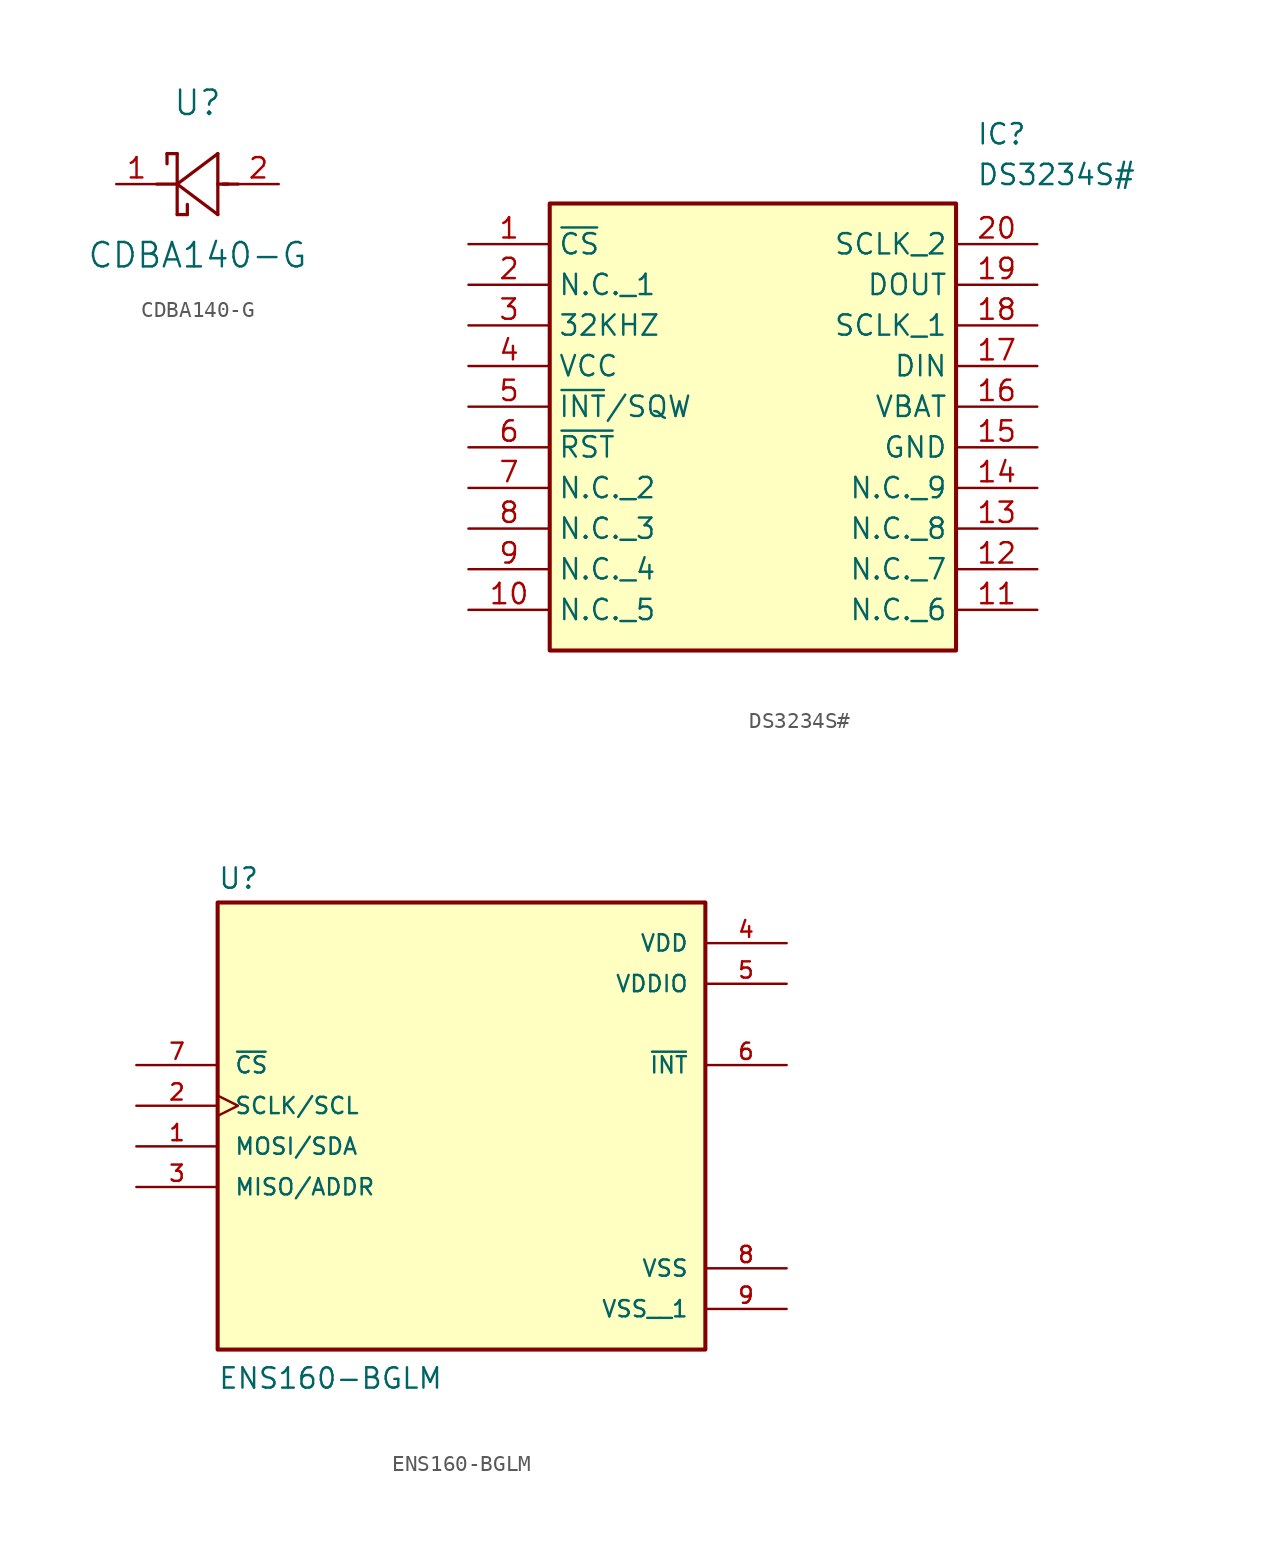
<source format=kicad_sym>
(kicad_symbol_lib
  (version 20231120)
  (generator "kicad_symbol_editor")
  (generator_version "8.0")
  (symbol "CDBA140-G"
    (pin_names
      (offset 0.254))
    (property "Reference" "U"
      (at 5.08 5.08 0)
      (effects (font (size 1.524 1.524))))
    (property "Value" "CDBA140-G"
      (at 5.08 -4.445 0)
      (effects (font (size 1.524 1.524))))
    (property "ki_locked" ""
      (at 0 0 0)
      (effects (font (size 1.27 1.27))))
    (symbol "CDBA140-G_0_1"
      (polyline (pts (xy 3.175 1.905) (xy 3.175 1.27)) (stroke (width 0.203) (type default)) (fill (type none)))
      (polyline (pts (xy 3.175 1.905) (xy 3.81 1.905)) (stroke (width 0.203) (type default)) (fill (type none)))
      (polyline (pts (xy 3.81 0) (xy 2.54 0)) (stroke (width 0.203) (type default)) (fill (type none)))
      (polyline (pts (xy 3.81 0) (xy 6.35 -1.905)) (stroke (width 0.203) (type default)) (fill (type none)))
      (polyline (pts (xy 3.81 1.905) (xy 3.81 -1.905)) (stroke (width 0.203) (type default)) (fill (type none)))
      (polyline (pts (xy 4.445 -1.905) (xy 3.81 -1.905)) (stroke (width 0.203) (type default)) (fill (type none)))
      (polyline (pts (xy 4.445 -1.905) (xy 4.445 -1.27)) (stroke (width 0.203) (type default)) (fill (type none)))
      (polyline (pts (xy 6.35 -1.905) (xy 6.35 1.905)) (stroke (width 0.203) (type default)) (fill (type none)))
      (polyline (pts (xy 6.35 1.905) (xy 3.81 0)) (stroke (width 0.203) (type default)) (fill (type none)))
      (polyline (pts (xy 6.985 0) (xy 6.35 0)) (stroke (width 0.203) (type default)) (fill (type none)))
      (polyline (pts (xy 7.62 0) (xy 6.68 0)) (stroke (width 0.203) (type default)) (fill (type none)))
      (pin unspecified line (at 0 0 0) (length 2.54) (name "" (effects (font (size 1.27 1.27)))) (number "1" (effects (font (size 1.27 1.27)))))
      (pin unspecified line (at 10.16 0 180) (length 2.54) (name "" (effects (font (size 1.27 1.27)))) (number "2" (effects (font (size 1.27 1.27)))))))
  (symbol "DS3234S#"
    (property "Reference" "IC"
      (at 31.75 7.62 0)
      (effects (font (size 1.27 1.27)) (justify left top)))
    (property "Value" "DS3234S#"
      (at 31.75 5.08 0)
      (effects (font (size 1.27 1.27)) (justify left top)))
    (symbol "DS3234S#_1_1"
      (rectangle (start 5.08 2.54) (end 30.48 -25.4) (stroke (width 0.254) (type default)) (fill (type background)))
      (pin passive line (at 0 0 0) (length 5.08) (name "~{CS}" (effects (font (size 1.27 1.27)))) (number "1" (effects (font (size 1.27 1.27)))))
      (pin passive line (at 0 -22.86 0) (length 5.08) (name "N.C._5" (effects (font (size 1.27 1.27)))) (number "10" (effects (font (size 1.27 1.27)))))
      (pin passive line (at 35.56 -22.86 180) (length 5.08) (name "N.C._6" (effects (font (size 1.27 1.27)))) (number "11" (effects (font (size 1.27 1.27)))))
      (pin passive line (at 35.56 -20.32 180) (length 5.08) (name "N.C._7" (effects (font (size 1.27 1.27)))) (number "12" (effects (font (size 1.27 1.27)))))
      (pin passive line (at 35.56 -17.78 180) (length 5.08) (name "N.C._8" (effects (font (size 1.27 1.27)))) (number "13" (effects (font (size 1.27 1.27)))))
      (pin passive line (at 35.56 -15.24 180) (length 5.08) (name "N.C._9" (effects (font (size 1.27 1.27)))) (number "14" (effects (font (size 1.27 1.27)))))
      (pin passive line (at 35.56 -12.7 180) (length 5.08) (name "GND" (effects (font (size 1.27 1.27)))) (number "15" (effects (font (size 1.27 1.27)))))
      (pin passive line (at 35.56 -10.16 180) (length 5.08) (name "VBAT" (effects (font (size 1.27 1.27)))) (number "16" (effects (font (size 1.27 1.27)))))
      (pin passive line (at 35.56 -7.62 180) (length 5.08) (name "DIN" (effects (font (size 1.27 1.27)))) (number "17" (effects (font (size 1.27 1.27)))))
      (pin passive line (at 35.56 -5.08 180) (length 5.08) (name "SCLK_1" (effects (font (size 1.27 1.27)))) (number "18" (effects (font (size 1.27 1.27)))))
      (pin passive line (at 35.56 -2.54 180) (length 5.08) (name "DOUT" (effects (font (size 1.27 1.27)))) (number "19" (effects (font (size 1.27 1.27)))))
      (pin passive line (at 0 -2.54 0) (length 5.08) (name "N.C._1" (effects (font (size 1.27 1.27)))) (number "2" (effects (font (size 1.27 1.27)))))
      (pin passive line (at 35.56 0 180) (length 5.08) (name "SCLK_2" (effects (font (size 1.27 1.27)))) (number "20" (effects (font (size 1.27 1.27)))))
      (pin passive line (at 0 -5.08 0) (length 5.08) (name "32KHZ" (effects (font (size 1.27 1.27)))) (number "3" (effects (font (size 1.27 1.27)))))
      (pin passive line (at 0 -7.62 0) (length 5.08) (name "VCC" (effects (font (size 1.27 1.27)))) (number "4" (effects (font (size 1.27 1.27)))))
      (pin passive line (at 0 -10.16 0) (length 5.08) (name "~{INT}/SQW" (effects (font (size 1.27 1.27)))) (number "5" (effects (font (size 1.27 1.27)))))
      (pin passive line (at 0 -12.7 0) (length 5.08) (name "~{RST}" (effects (font (size 1.27 1.27)))) (number "6" (effects (font (size 1.27 1.27)))))
      (pin passive line (at 0 -15.24 0) (length 5.08) (name "N.C._2" (effects (font (size 1.27 1.27)))) (number "7" (effects (font (size 1.27 1.27)))))
      (pin passive line (at 0 -17.78 0) (length 5.08) (name "N.C._3" (effects (font (size 1.27 1.27)))) (number "8" (effects (font (size 1.27 1.27)))))
      (pin passive line (at 0 -20.32 0) (length 5.08) (name "N.C._4" (effects (font (size 1.27 1.27)))) (number "9" (effects (font (size 1.27 1.27)))))))
  (symbol "ENS160-BGLM"
    (pin_names
      (offset 1.016))
    (property "Reference" "U"
      (at -15.24 13.462 0)
      (effects (font (size 1.27 1.27)) (justify left bottom)))
    (property "Value" "ENS160-BGLM"
      (at -15.24 -17.78 0)
      (effects (font (size 1.27 1.27)) (justify left bottom)))
    (symbol "ENS160-BGLM_0_0"
      (rectangle (start -15.24 -15.24) (end 15.24 12.7) (stroke (width 0.254) (type default)) (fill (type background)))
      (pin bidirectional line (at -20.32 -2.54 0) (length 5.08) (name "MOSI/SDA" (effects (font (size 1.016 1.016)))) (number "1" (effects (font (size 1.016 1.016)))))
      (pin input clock (at -20.32 0 0) (length 5.08) (name "SCLK/SCL" (effects (font (size 1.016 1.016)))) (number "2" (effects (font (size 1.016 1.016)))))
      (pin bidirectional line (at -20.32 -5.08 0) (length 5.08) (name "MISO/ADDR" (effects (font (size 1.016 1.016)))) (number "3" (effects (font (size 1.016 1.016)))))
      (pin power_in line (at 20.32 10.16 180) (length 5.08) (name "VDD" (effects (font (size 1.016 1.016)))) (number "4" (effects (font (size 1.016 1.016)))))
      (pin power_in line (at 20.32 7.62 180) (length 5.08) (name "VDDIO" (effects (font (size 1.016 1.016)))) (number "5" (effects (font (size 1.016 1.016)))))
      (pin output line (at 20.32 2.54 180) (length 5.08) (name "~{INT}" (effects (font (size 1.016 1.016)))) (number "6" (effects (font (size 1.016 1.016)))))
      (pin input line (at -20.32 2.54 0) (length 5.08) (name "~{CS}" (effects (font (size 1.016 1.016)))) (number "7" (effects (font (size 1.016 1.016)))))
      (pin power_in line (at 20.32 -10.16 180) (length 5.08) (name "VSS" (effects (font (size 1.016 1.016)))) (number "8" (effects (font (size 1.016 1.016)))))
      (pin power_in line (at 20.32 -12.7 180) (length 5.08) (name "VSS__1" (effects (font (size 1.016 1.016)))) (number "9" (effects (font (size 1.016 1.016))))))))
</source>
